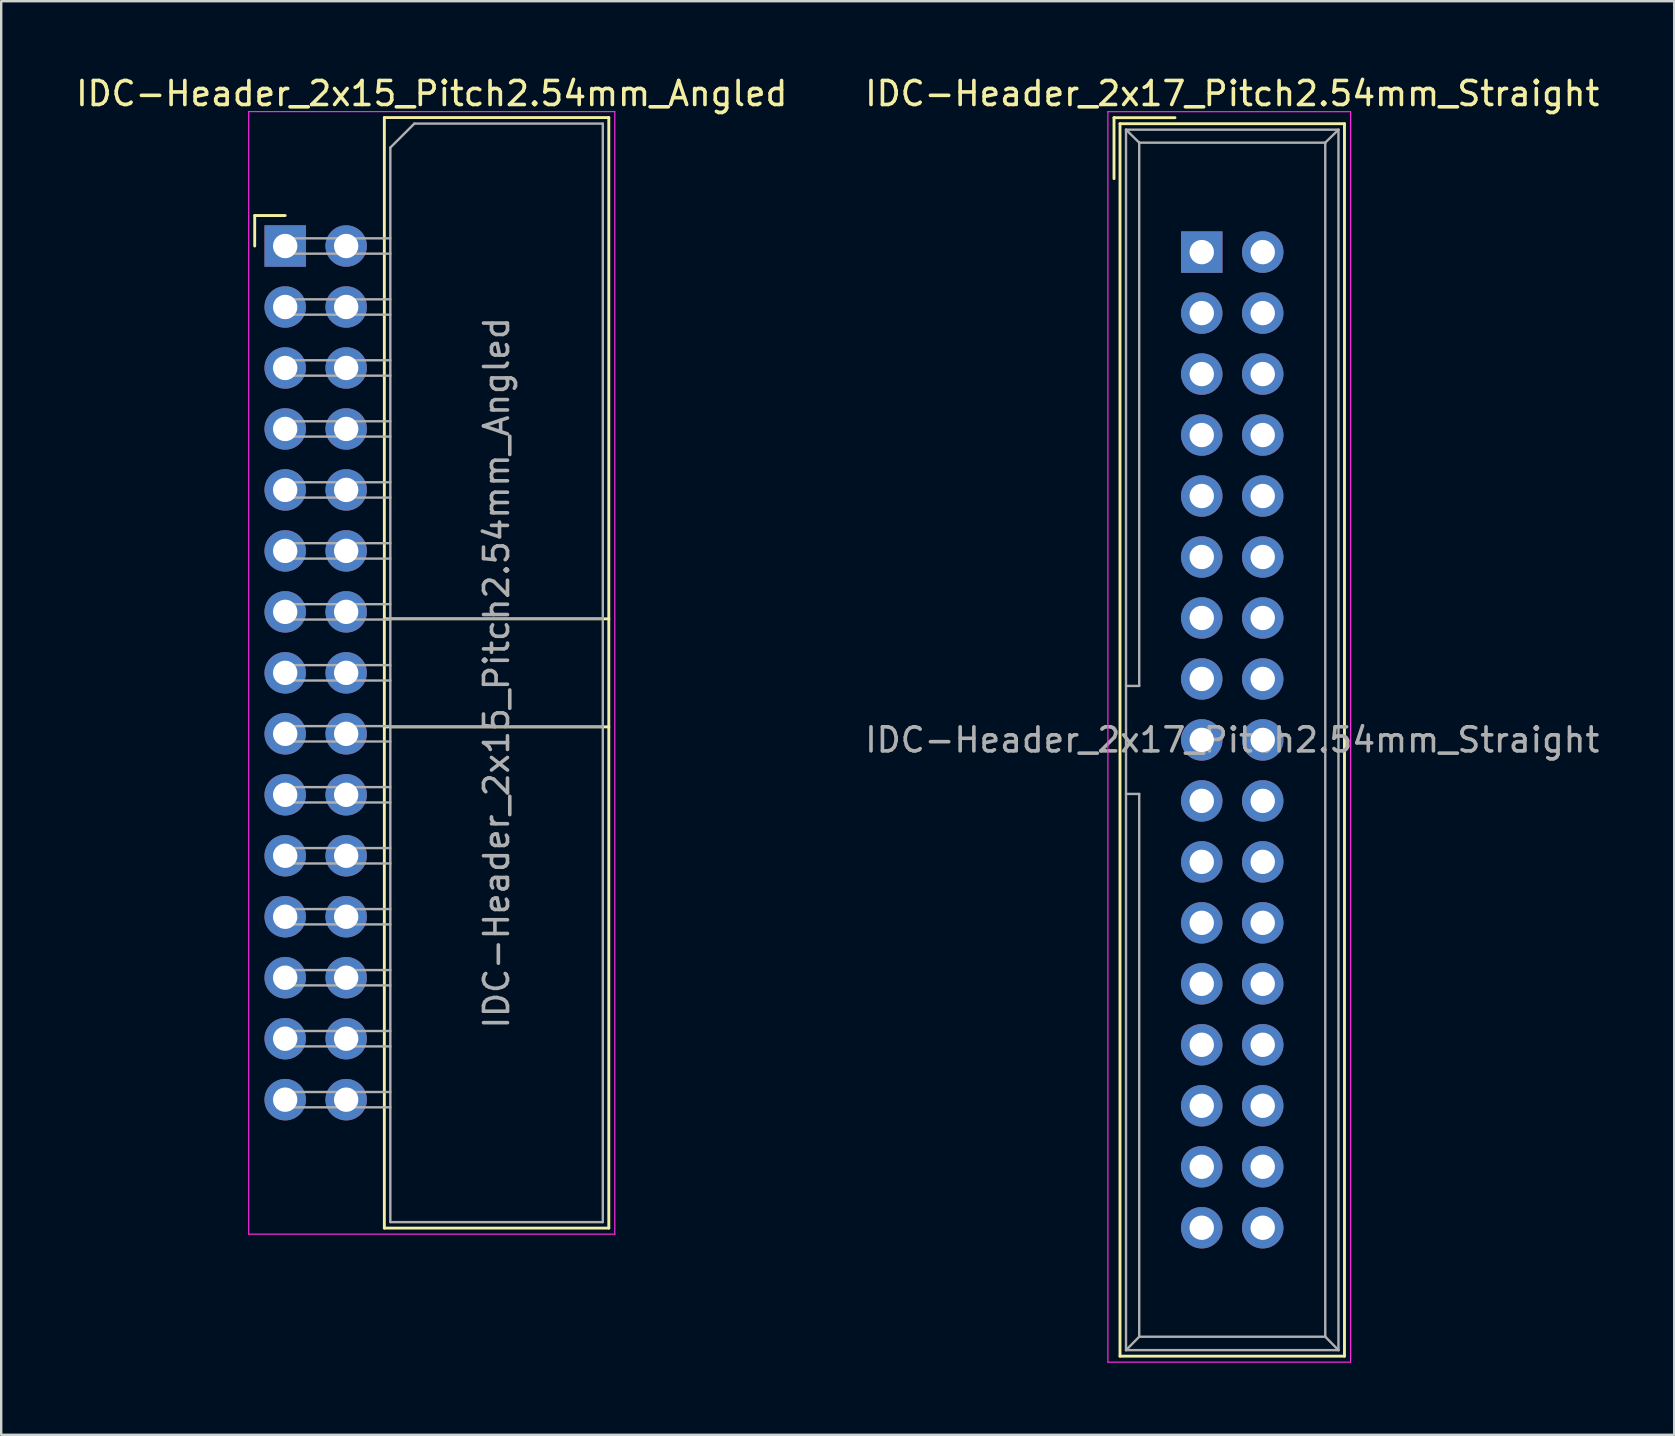
<source format=kicad_pcb>
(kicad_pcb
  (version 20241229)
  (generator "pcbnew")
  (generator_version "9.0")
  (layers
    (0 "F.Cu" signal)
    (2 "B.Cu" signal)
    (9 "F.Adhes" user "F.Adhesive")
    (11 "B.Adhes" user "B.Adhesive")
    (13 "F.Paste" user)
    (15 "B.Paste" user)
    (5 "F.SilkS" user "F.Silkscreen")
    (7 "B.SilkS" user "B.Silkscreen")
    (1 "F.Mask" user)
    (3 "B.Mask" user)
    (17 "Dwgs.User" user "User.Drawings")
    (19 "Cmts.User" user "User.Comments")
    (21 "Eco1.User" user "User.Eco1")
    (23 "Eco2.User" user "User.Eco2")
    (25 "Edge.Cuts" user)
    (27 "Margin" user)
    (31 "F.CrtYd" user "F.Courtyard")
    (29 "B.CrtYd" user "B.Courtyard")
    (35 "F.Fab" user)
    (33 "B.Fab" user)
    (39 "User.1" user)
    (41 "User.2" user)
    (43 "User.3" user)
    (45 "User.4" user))
  (footprint "IDC-Header_2x15_Pitch2.54mm_Angled"
    (layer "F.Cu")
    (at 8.83 7.198)
    (property "Reference" "IDC-Header_2x15_Pitch2.54mm_Angled" (at 6.105 -6.35 0) (layer "F.SilkS") (effects (font (size 1 1) (thickness 0.15))))
    (attr through_hole)
    (fp_line (start -1.27 -1.27) (end -1.27 0) (stroke (width 0.12) (type solid)) (layer "F.SilkS"))
    (fp_line (start 0 -1.27) (end -1.27 -1.27) (stroke (width 0.12) (type solid)) (layer "F.SilkS"))
    (fp_line (start 4.13 -5.35) (end 13.48 -5.35) (stroke (width 0.12) (type solid)) (layer "F.SilkS"))
    (fp_line (start 4.13 15.53) (end 13.48 15.53) (stroke (width 0.12) (type solid)) (layer "F.SilkS"))
    (fp_line (start 4.13 20.03) (end 13.48 20.03) (stroke (width 0.12) (type solid)) (layer "F.SilkS"))
    (fp_line (start 4.13 40.91) (end 4.13 -5.35) (stroke (width 0.12) (type solid)) (layer "F.SilkS"))
    (fp_line (start 4.13 40.91) (end 13.48 40.91) (stroke (width 0.12) (type solid)) (layer "F.SilkS"))
    (fp_line (start 13.48 -5.35) (end 13.48 40.91) (stroke (width 0.12) (type solid)) (layer "F.SilkS"))
    (fp_line (start -1.52 -5.6) (end 13.73 -5.6) (stroke (width 0.05) (type solid)) (layer "F.CrtYd"))
    (fp_line (start -1.52 41.16) (end -1.52 -5.6) (stroke (width 0.05) (type solid)) (layer "F.CrtYd"))
    (fp_line (start 13.73 -5.6) (end 13.73 41.16) (stroke (width 0.05) (type solid)) (layer "F.CrtYd"))
    (fp_line (start 13.73 41.16) (end -1.52 41.16) (stroke (width 0.05) (type solid)) (layer "F.CrtYd"))
    (fp_line (start -0.32 -0.32) (end -0.32 0.32) (stroke (width 0.1) (type solid)) (layer "F.Fab"))
    (fp_line (start -0.32 0.32) (end 4.38 0.32) (stroke (width 0.1) (type solid)) (layer "F.Fab"))
    (fp_line (start -0.32 2.22) (end -0.32 2.86) (stroke (width 0.1) (type solid)) (layer "F.Fab"))
    (fp_line (start -0.32 2.86) (end 4.38 2.86) (stroke (width 0.1) (type solid)) (layer "F.Fab"))
    (fp_line (start -0.32 4.76) (end -0.32 5.4) (stroke (width 0.1) (type solid)) (layer "F.Fab"))
    (fp_line (start -0.32 5.4) (end 4.38 5.4) (stroke (width 0.1) (type solid)) (layer "F.Fab"))
    (fp_line (start -0.32 7.3) (end -0.32 7.94) (stroke (width 0.1) (type solid)) (layer "F.Fab"))
    (fp_line (start -0.32 7.94) (end 4.38 7.94) (stroke (width 0.1) (type solid)) (layer "F.Fab"))
    (fp_line (start -0.32 9.84) (end -0.32 10.48) (stroke (width 0.1) (type solid)) (layer "F.Fab"))
    (fp_line (start -0.32 10.48) (end 4.38 10.48) (stroke (width 0.1) (type solid)) (layer "F.Fab"))
    (fp_line (start -0.32 12.38) (end -0.32 13.02) (stroke (width 0.1) (type solid)) (layer "F.Fab"))
    (fp_line (start -0.32 13.02) (end 4.38 13.02) (stroke (width 0.1) (type solid)) (layer "F.Fab"))
    (fp_line (start -0.32 14.92) (end -0.32 15.56) (stroke (width 0.1) (type solid)) (layer "F.Fab"))
    (fp_line (start -0.32 15.56) (end 4.38 15.56) (stroke (width 0.1) (type solid)) (layer "F.Fab"))
    (fp_line (start -0.32 17.46) (end -0.32 18.1) (stroke (width 0.1) (type solid)) (layer "F.Fab"))
    (fp_line (start -0.32 18.1) (end 4.38 18.1) (stroke (width 0.1) (type solid)) (layer "F.Fab"))
    (fp_line (start -0.32 20) (end -0.32 20.64) (stroke (width 0.1) (type solid)) (layer "F.Fab"))
    (fp_line (start -0.32 20.64) (end 4.38 20.64) (stroke (width 0.1) (type solid)) (layer "F.Fab"))
    (fp_line (start -0.32 22.54) (end -0.32 23.18) (stroke (width 0.1) (type solid)) (layer "F.Fab"))
    (fp_line (start -0.32 23.18) (end 4.38 23.18) (stroke (width 0.1) (type solid)) (layer "F.Fab"))
    (fp_line (start -0.32 25.08) (end -0.32 25.72) (stroke (width 0.1) (type solid)) (layer "F.Fab"))
    (fp_line (start -0.32 25.72) (end 4.38 25.72) (stroke (width 0.1) (type solid)) (layer "F.Fab"))
    (fp_line (start -0.32 27.62) (end -0.32 28.26) (stroke (width 0.1) (type solid)) (layer "F.Fab"))
    (fp_line (start -0.32 28.26) (end 4.38 28.26) (stroke (width 0.1) (type solid)) (layer "F.Fab"))
    (fp_line (start -0.32 30.16) (end -0.32 30.8) (stroke (width 0.1) (type solid)) (layer "F.Fab"))
    (fp_line (start -0.32 30.8) (end 4.38 30.8) (stroke (width 0.1) (type solid)) (layer "F.Fab"))
    (fp_line (start -0.32 32.7) (end -0.32 33.34) (stroke (width 0.1) (type solid)) (layer "F.Fab"))
    (fp_line (start -0.32 33.34) (end 4.38 33.34) (stroke (width 0.1) (type solid)) (layer "F.Fab"))
    (fp_line (start -0.32 35.24) (end -0.32 35.88) (stroke (width 0.1) (type solid)) (layer "F.Fab"))
    (fp_line (start -0.32 35.88) (end 4.38 35.88) (stroke (width 0.1) (type solid)) (layer "F.Fab"))
    (fp_line (start 4.38 -4.1) (end 5.38 -5.1) (stroke (width 0.1) (type solid)) (layer "F.Fab"))
    (fp_line (start 4.38 -0.32) (end -0.32 -0.32) (stroke (width 0.1) (type solid)) (layer "F.Fab"))
    (fp_line (start 4.38 2.22) (end -0.32 2.22) (stroke (width 0.1) (type solid)) (layer "F.Fab"))
    (fp_line (start 4.38 4.76) (end -0.32 4.76) (stroke (width 0.1) (type solid)) (layer "F.Fab"))
    (fp_line (start 4.38 7.3) (end -0.32 7.3) (stroke (width 0.1) (type solid)) (layer "F.Fab"))
    (fp_line (start 4.38 9.84) (end -0.32 9.84) (stroke (width 0.1) (type solid)) (layer "F.Fab"))
    (fp_line (start 4.38 12.38) (end -0.32 12.38) (stroke (width 0.1) (type solid)) (layer "F.Fab"))
    (fp_line (start 4.38 14.92) (end -0.32 14.92) (stroke (width 0.1) (type solid)) (layer "F.Fab"))
    (fp_line (start 4.38 15.53) (end 13.23 15.53) (stroke (width 0.1) (type solid)) (layer "F.Fab"))
    (fp_line (start 4.38 17.46) (end -0.32 17.46) (stroke (width 0.1) (type solid)) (layer "F.Fab"))
    (fp_line (start 4.38 20) (end -0.32 20) (stroke (width 0.1) (type solid)) (layer "F.Fab"))
    (fp_line (start 4.38 20.03) (end 13.23 20.03) (stroke (width 0.1) (type solid)) (layer "F.Fab"))
    (fp_line (start 4.38 22.54) (end -0.32 22.54) (stroke (width 0.1) (type solid)) (layer "F.Fab"))
    (fp_line (start 4.38 25.08) (end -0.32 25.08) (stroke (width 0.1) (type solid)) (layer "F.Fab"))
    (fp_line (start 4.38 27.62) (end -0.32 27.62) (stroke (width 0.1) (type solid)) (layer "F.Fab"))
    (fp_line (start 4.38 30.16) (end -0.32 30.16) (stroke (width 0.1) (type solid)) (layer "F.Fab"))
    (fp_line (start 4.38 32.7) (end -0.32 32.7) (stroke (width 0.1) (type solid)) (layer "F.Fab"))
    (fp_line (start 4.38 35.24) (end -0.32 35.24) (stroke (width 0.1) (type solid)) (layer "F.Fab"))
    (fp_line (start 4.38 40.66) (end 4.38 -4.1) (stroke (width 0.1) (type solid)) (layer "F.Fab"))
    (fp_line (start 4.38 40.66) (end 13.23 40.66) (stroke (width 0.1) (type solid)) (layer "F.Fab"))
    (fp_line (start 5.38 -5.1) (end 13.23 -5.1) (stroke (width 0.1) (type solid)) (layer "F.Fab"))
    (fp_line (start 13.23 40.66) (end 13.23 -5.1) (stroke (width 0.1) (type solid)) (layer "F.Fab"))
    (fp_text user "${REFERENCE}" (at 8.805 17.78 90) (layer "F.Fab") (effects (font (size 1 1) (thickness 0.15))))
    (pad "1" thru_hole rect (at 0 0) (size 1.727 1.727) (drill 1.016) (layers "*.Cu" "*.Mask"))
    (pad "2" thru_hole oval (at 2.54 0) (size 1.727 1.727) (drill 1.016) (layers "*.Cu" "*.Mask"))
    (pad "3" thru_hole oval (at 0 2.54) (size 1.727 1.727) (drill 1.016) (layers "*.Cu" "*.Mask"))
    (pad "4" thru_hole oval (at 2.54 2.54) (size 1.727 1.727) (drill 1.016) (layers "*.Cu" "*.Mask"))
    (pad "5" thru_hole oval (at 0 5.08) (size 1.727 1.727) (drill 1.016) (layers "*.Cu" "*.Mask"))
    (pad "6" thru_hole oval (at 2.54 5.08) (size 1.727 1.727) (drill 1.016) (layers "*.Cu" "*.Mask"))
    (pad "7" thru_hole oval (at 0 7.62) (size 1.727 1.727) (drill 1.016) (layers "*.Cu" "*.Mask"))
    (pad "8" thru_hole oval (at 2.54 7.62) (size 1.727 1.727) (drill 1.016) (layers "*.Cu" "*.Mask"))
    (pad "9" thru_hole oval (at 0 10.16) (size 1.727 1.727) (drill 1.016) (layers "*.Cu" "*.Mask"))
    (pad "10" thru_hole oval (at 2.54 10.16) (size 1.727 1.727) (drill 1.016) (layers "*.Cu" "*.Mask"))
    (pad "11" thru_hole oval (at 0 12.7) (size 1.727 1.727) (drill 1.016) (layers "*.Cu" "*.Mask"))
    (pad "12" thru_hole oval (at 2.54 12.7) (size 1.727 1.727) (drill 1.016) (layers "*.Cu" "*.Mask"))
    (pad "13" thru_hole oval (at 0 15.24) (size 1.727 1.727) (drill 1.016) (layers "*.Cu" "*.Mask"))
    (pad "14" thru_hole oval (at 2.54 15.24) (size 1.727 1.727) (drill 1.016) (layers "*.Cu" "*.Mask"))
    (pad "15" thru_hole oval (at 0 17.78) (size 1.727 1.727) (drill 1.016) (layers "*.Cu" "*.Mask"))
    (pad "16" thru_hole oval (at 2.54 17.78) (size 1.727 1.727) (drill 1.016) (layers "*.Cu" "*.Mask"))
    (pad "17" thru_hole oval (at 0 20.32) (size 1.727 1.727) (drill 1.016) (layers "*.Cu" "*.Mask"))
    (pad "18" thru_hole oval (at 2.54 20.32) (size 1.727 1.727) (drill 1.016) (layers "*.Cu" "*.Mask"))
    (pad "19" thru_hole oval (at 0 22.86) (size 1.727 1.727) (drill 1.016) (layers "*.Cu" "*.Mask"))
    (pad "20" thru_hole oval (at 2.54 22.86) (size 1.727 1.727) (drill 1.016) (layers "*.Cu" "*.Mask"))
    (pad "21" thru_hole oval (at 0 25.4) (size 1.727 1.727) (drill 1.016) (layers "*.Cu" "*.Mask"))
    (pad "22" thru_hole oval (at 2.54 25.4) (size 1.727 1.727) (drill 1.016) (layers "*.Cu" "*.Mask"))
    (pad "23" thru_hole oval (at 0 27.94) (size 1.727 1.727) (drill 1.016) (layers "*.Cu" "*.Mask"))
    (pad "24" thru_hole oval (at 2.54 27.94) (size 1.727 1.727) (drill 1.016) (layers "*.Cu" "*.Mask"))
    (pad "25" thru_hole oval (at 0 30.48) (size 1.727 1.727) (drill 1.016) (layers "*.Cu" "*.Mask"))
    (pad "26" thru_hole oval (at 2.54 30.48) (size 1.727 1.727) (drill 1.016) (layers "*.Cu" "*.Mask"))
    (pad "27" thru_hole oval (at 0 33.02) (size 1.727 1.727) (drill 1.016) (layers "*.Cu" "*.Mask"))
    (pad "28" thru_hole oval (at 2.54 33.02) (size 1.727 1.727) (drill 1.016) (layers "*.Cu" "*.Mask"))
    (pad "29" thru_hole oval (at 0 35.56) (size 1.727 1.727) (drill 1.016) (layers "*.Cu" "*.Mask"))
    (pad "30" thru_hole oval (at 2.54 35.56) (size 1.727 1.727) (drill 1.016) (layers "*.Cu" "*.Mask")))
  (footprint "IDC-Header_2x17_Pitch2.54mm_Straight"
    (layer "F.Cu")
    (at 47.01 7.452)
    (property "Reference" "IDC-Header_2x17_Pitch2.54mm_Straight" (at 1.27 -6.604 0) (layer "F.SilkS") (effects (font (size 1 1) (thickness 0.15))))
    (attr through_hole)
    (fp_line (start -3.655 -5.6) (end -3.655 -3.06) (stroke (width 0.12) (type solid)) (layer "F.SilkS"))
    (fp_line (start -3.655 -5.6) (end -1.115 -5.6) (stroke (width 0.12) (type solid)) (layer "F.SilkS"))
    (fp_line (start -3.405 -5.35) (end 5.945 -5.35) (stroke (width 0.12) (type solid)) (layer "F.SilkS"))
    (fp_line (start -3.405 45.99) (end -3.405 -5.35) (stroke (width 0.12) (type solid)) (layer "F.SilkS"))
    (fp_line (start 5.945 -5.35) (end 5.945 45.99) (stroke (width 0.12) (type solid)) (layer "F.SilkS"))
    (fp_line (start 5.945 45.99) (end -3.405 45.99) (stroke (width 0.12) (type solid)) (layer "F.SilkS"))
    (fp_line (start -3.91 -5.85) (end 6.2 -5.85) (stroke (width 0.05) (type solid)) (layer "F.CrtYd"))
    (fp_line (start -3.91 46.24) (end -3.91 -5.85) (stroke (width 0.05) (type solid)) (layer "F.CrtYd"))
    (fp_line (start 6.2 -5.85) (end 6.2 46.24) (stroke (width 0.05) (type solid)) (layer "F.CrtYd"))
    (fp_line (start 6.2 46.24) (end -3.91 46.24) (stroke (width 0.05) (type solid)) (layer "F.CrtYd"))
    (fp_line (start -3.155 -5.1) (end -3.155 45.74) (stroke (width 0.1) (type solid)) (layer "F.Fab"))
    (fp_line (start -3.155 -5.1) (end -2.605 -4.56) (stroke (width 0.1) (type solid)) (layer "F.Fab"))
    (fp_line (start -3.155 45.74) (end -2.605 45.18) (stroke (width 0.1) (type solid)) (layer "F.Fab"))
    (fp_line (start -2.605 -4.56) (end -2.605 18.07) (stroke (width 0.1) (type solid)) (layer "F.Fab"))
    (fp_line (start -2.605 18.07) (end -3.155 18.07) (stroke (width 0.1) (type solid)) (layer "F.Fab"))
    (fp_line (start -2.605 22.57) (end -3.155 22.57) (stroke (width 0.1) (type solid)) (layer "F.Fab"))
    (fp_line (start -2.605 22.57) (end -2.605 45.18) (stroke (width 0.1) (type solid)) (layer "F.Fab"))
    (fp_line (start 5.145 -4.56) (end -2.605 -4.56) (stroke (width 0.1) (type solid)) (layer "F.Fab"))
    (fp_line (start 5.145 -4.56) (end 5.145 45.18) (stroke (width 0.1) (type solid)) (layer "F.Fab"))
    (fp_line (start 5.145 45.18) (end -2.605 45.18) (stroke (width 0.1) (type solid)) (layer "F.Fab"))
    (fp_line (start 5.695 -5.1) (end -3.155 -5.1) (stroke (width 0.1) (type solid)) (layer "F.Fab"))
    (fp_line (start 5.695 -5.1) (end 5.145 -4.56) (stroke (width 0.1) (type solid)) (layer "F.Fab"))
    (fp_line (start 5.695 -5.1) (end 5.695 45.74) (stroke (width 0.1) (type solid)) (layer "F.Fab"))
    (fp_line (start 5.695 45.74) (end -3.155 45.74) (stroke (width 0.1) (type solid)) (layer "F.Fab"))
    (fp_line (start 5.695 45.74) (end 5.145 45.18) (stroke (width 0.1) (type solid)) (layer "F.Fab"))
    (fp_text user "${REFERENCE}" (at 1.27 20.32 0) (layer "F.Fab") (effects (font (size 1 1) (thickness 0.15))))
    (pad "1" thru_hole rect (at 0 0) (size 1.727 1.727) (drill 1.016) (layers "*.Cu" "*.Mask"))
    (pad "2" thru_hole oval (at 2.54 0) (size 1.727 1.727) (drill 1.016) (layers "*.Cu" "*.Mask"))
    (pad "3" thru_hole oval (at 0 2.54) (size 1.727 1.727) (drill 1.016) (layers "*.Cu" "*.Mask"))
    (pad "4" thru_hole oval (at 2.54 2.54) (size 1.727 1.727) (drill 1.016) (layers "*.Cu" "*.Mask"))
    (pad "5" thru_hole oval (at 0 5.08) (size 1.727 1.727) (drill 1.016) (layers "*.Cu" "*.Mask"))
    (pad "6" thru_hole oval (at 2.54 5.08) (size 1.727 1.727) (drill 1.016) (layers "*.Cu" "*.Mask"))
    (pad "7" thru_hole oval (at 0 7.62) (size 1.727 1.727) (drill 1.016) (layers "*.Cu" "*.Mask"))
    (pad "8" thru_hole oval (at 2.54 7.62) (size 1.727 1.727) (drill 1.016) (layers "*.Cu" "*.Mask"))
    (pad "9" thru_hole oval (at 0 10.16) (size 1.727 1.727) (drill 1.016) (layers "*.Cu" "*.Mask"))
    (pad "10" thru_hole oval (at 2.54 10.16) (size 1.727 1.727) (drill 1.016) (layers "*.Cu" "*.Mask"))
    (pad "11" thru_hole oval (at 0 12.7) (size 1.727 1.727) (drill 1.016) (layers "*.Cu" "*.Mask"))
    (pad "12" thru_hole oval (at 2.54 12.7) (size 1.727 1.727) (drill 1.016) (layers "*.Cu" "*.Mask"))
    (pad "13" thru_hole oval (at 0 15.24) (size 1.727 1.727) (drill 1.016) (layers "*.Cu" "*.Mask"))
    (pad "14" thru_hole oval (at 2.54 15.24) (size 1.727 1.727) (drill 1.016) (layers "*.Cu" "*.Mask"))
    (pad "15" thru_hole oval (at 0 17.78) (size 1.727 1.727) (drill 1.016) (layers "*.Cu" "*.Mask"))
    (pad "16" thru_hole oval (at 2.54 17.78) (size 1.727 1.727) (drill 1.016) (layers "*.Cu" "*.Mask"))
    (pad "17" thru_hole oval (at 0 20.32) (size 1.727 1.727) (drill 1.016) (layers "*.Cu" "*.Mask"))
    (pad "18" thru_hole oval (at 2.54 20.32) (size 1.727 1.727) (drill 1.016) (layers "*.Cu" "*.Mask"))
    (pad "19" thru_hole oval (at 0 22.86) (size 1.727 1.727) (drill 1.016) (layers "*.Cu" "*.Mask"))
    (pad "20" thru_hole oval (at 2.54 22.86) (size 1.727 1.727) (drill 1.016) (layers "*.Cu" "*.Mask"))
    (pad "21" thru_hole oval (at 0 25.4) (size 1.727 1.727) (drill 1.016) (layers "*.Cu" "*.Mask"))
    (pad "22" thru_hole oval (at 2.54 25.4) (size 1.727 1.727) (drill 1.016) (layers "*.Cu" "*.Mask"))
    (pad "23" thru_hole oval (at 0 27.94) (size 1.727 1.727) (drill 1.016) (layers "*.Cu" "*.Mask"))
    (pad "24" thru_hole oval (at 2.54 27.94) (size 1.727 1.727) (drill 1.016) (layers "*.Cu" "*.Mask"))
    (pad "25" thru_hole oval (at 0 30.48) (size 1.727 1.727) (drill 1.016) (layers "*.Cu" "*.Mask"))
    (pad "26" thru_hole oval (at 2.54 30.48) (size 1.727 1.727) (drill 1.016) (layers "*.Cu" "*.Mask"))
    (pad "27" thru_hole oval (at 0 33.02) (size 1.727 1.727) (drill 1.016) (layers "*.Cu" "*.Mask"))
    (pad "28" thru_hole oval (at 2.54 33.02) (size 1.727 1.727) (drill 1.016) (layers "*.Cu" "*.Mask"))
    (pad "29" thru_hole oval (at 0 35.56) (size 1.727 1.727) (drill 1.016) (layers "*.Cu" "*.Mask"))
    (pad "30" thru_hole oval (at 2.54 35.56) (size 1.727 1.727) (drill 1.016) (layers "*.Cu" "*.Mask"))
    (pad "31" thru_hole oval (at 0 38.1) (size 1.727 1.727) (drill 1.016) (layers "*.Cu" "*.Mask"))
    (pad "32" thru_hole oval (at 2.54 38.1) (size 1.727 1.727) (drill 1.016) (layers "*.Cu" "*.Mask"))
    (pad "33" thru_hole oval (at 0 40.64) (size 1.727 1.727) (drill 1.016) (layers "*.Cu" "*.Mask"))
    (pad "34" thru_hole oval (at 2.54 40.64) (size 1.727 1.727) (drill 1.016) (layers "*.Cu" "*.Mask")))
  (gr_rect
    (start -3 -3)
    (end 66.69 56.717)
    (stroke (width 0.1) (type default))
    (fill no)
    (layer "Edge.Cuts")))
</source>
